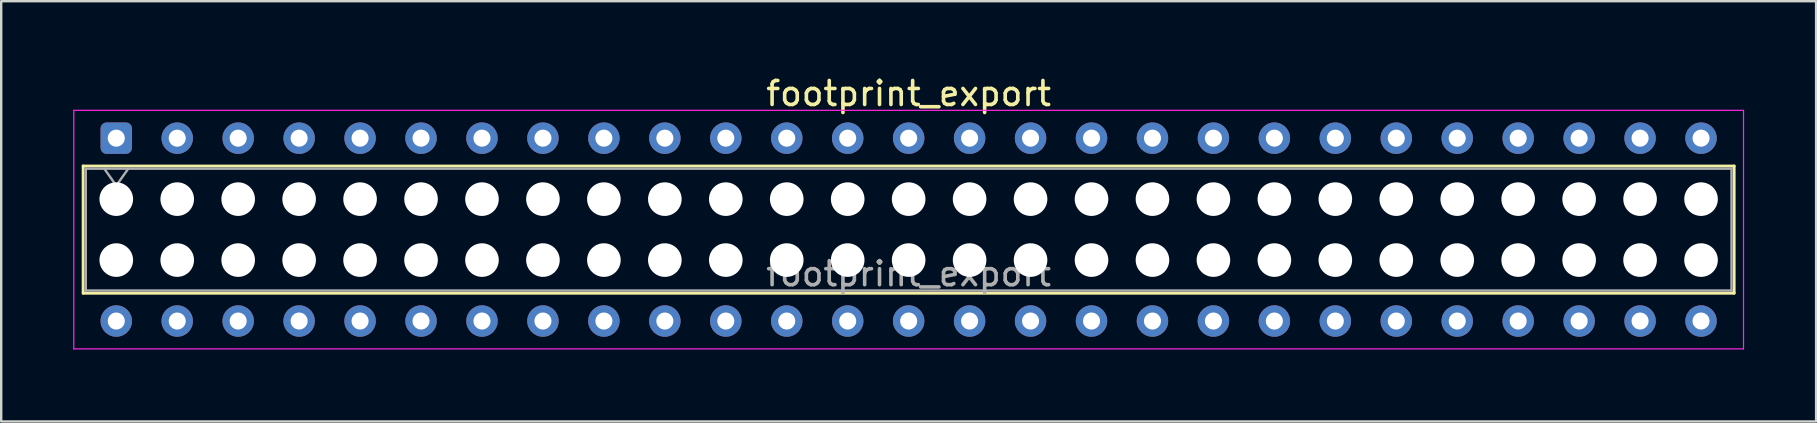
<source format=kicad_pcb>
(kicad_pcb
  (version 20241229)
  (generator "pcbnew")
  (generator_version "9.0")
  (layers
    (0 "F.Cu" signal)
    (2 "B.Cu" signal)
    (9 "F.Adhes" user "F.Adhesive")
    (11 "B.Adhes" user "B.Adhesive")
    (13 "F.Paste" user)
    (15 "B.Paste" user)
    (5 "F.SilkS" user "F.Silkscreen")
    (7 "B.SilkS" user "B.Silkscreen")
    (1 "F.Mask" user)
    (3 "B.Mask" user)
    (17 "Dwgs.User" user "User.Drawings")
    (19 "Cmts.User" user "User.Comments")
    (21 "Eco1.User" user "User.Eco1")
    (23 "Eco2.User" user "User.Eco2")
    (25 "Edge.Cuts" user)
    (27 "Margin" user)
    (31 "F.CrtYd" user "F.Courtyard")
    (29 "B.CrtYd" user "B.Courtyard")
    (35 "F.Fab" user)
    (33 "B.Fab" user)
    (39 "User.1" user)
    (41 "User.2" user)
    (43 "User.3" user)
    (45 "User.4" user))
  (footprint "footprint_export"
    (layer "F.Cu")
    (at 1.795 2.708)
    (property "Reference" "footprint_export" (at 33.02 -1.86 0) (layer "F.SilkS") (effects (font (size 1 1) (thickness 0.15))))
    (attr through_hole)
    (fp_line (start -1.38 1.16) (end 67.42 1.16) (stroke (width 0.12) (type solid)) (layer "F.SilkS"))
    (fp_line (start -1.38 6.46) (end -1.38 1.16) (stroke (width 0.12) (type solid)) (layer "F.SilkS"))
    (fp_line (start 67.42 1.16) (end 67.42 6.46) (stroke (width 0.12) (type solid)) (layer "F.SilkS"))
    (fp_line (start 67.42 6.46) (end -1.38 6.46) (stroke (width 0.12) (type solid)) (layer "F.SilkS"))
    (fp_line (start -1.77 -1.16) (end 67.81 -1.16) (stroke (width 0.05) (type solid)) (layer "F.CrtYd"))
    (fp_line (start -1.77 8.78) (end -1.77 -1.16) (stroke (width 0.05) (type solid)) (layer "F.CrtYd"))
    (fp_line (start 67.81 -1.16) (end 67.81 8.78) (stroke (width 0.05) (type solid)) (layer "F.CrtYd"))
    (fp_line (start 67.81 8.78) (end -1.77 8.78) (stroke (width 0.05) (type solid)) (layer "F.CrtYd"))
    (fp_line (start -1.27 1.27) (end 67.31 1.27) (stroke (width 0.1) (type solid)) (layer "F.Fab"))
    (fp_line (start -1.27 6.35) (end -1.27 1.27) (stroke (width 0.1) (type solid)) (layer "F.Fab"))
    (fp_line (start -0.5 1.27) (end 0 1.977) (stroke (width 0.1) (type solid)) (layer "F.Fab"))
    (fp_line (start 0 1.977) (end 0.5 1.27) (stroke (width 0.1) (type solid)) (layer "F.Fab"))
    (fp_line (start 67.31 1.27) (end 67.31 6.35) (stroke (width 0.1) (type solid)) (layer "F.Fab"))
    (fp_line (start 67.31 6.35) (end -1.27 6.35) (stroke (width 0.1) (type solid)) (layer "F.Fab"))
    (fp_text user "${REFERENCE}" (at 33.02 5.65 0) (layer "F.Fab") (effects (font (size 1 1) (thickness 0.15))))
    (pad "" np_thru_hole circle (at 0 2.54) (size 1.4 1.4) (drill 1.4) (layers "*.Cu" "*.Mask"))
    (pad "" np_thru_hole circle (at 0 5.08) (size 1.4 1.4) (drill 1.4) (layers "*.Cu" "*.Mask"))
    (pad "" np_thru_hole circle (at 2.54 2.54) (size 1.4 1.4) (drill 1.4) (layers "*.Cu" "*.Mask"))
    (pad "" np_thru_hole circle (at 2.54 5.08) (size 1.4 1.4) (drill 1.4) (layers "*.Cu" "*.Mask"))
    (pad "" np_thru_hole circle (at 5.08 2.54) (size 1.4 1.4) (drill 1.4) (layers "*.Cu" "*.Mask"))
    (pad "" np_thru_hole circle (at 5.08 5.08) (size 1.4 1.4) (drill 1.4) (layers "*.Cu" "*.Mask"))
    (pad "" np_thru_hole circle (at 7.62 2.54) (size 1.4 1.4) (drill 1.4) (layers "*.Cu" "*.Mask"))
    (pad "" np_thru_hole circle (at 7.62 5.08) (size 1.4 1.4) (drill 1.4) (layers "*.Cu" "*.Mask"))
    (pad "" np_thru_hole circle (at 10.16 2.54) (size 1.4 1.4) (drill 1.4) (layers "*.Cu" "*.Mask"))
    (pad "" np_thru_hole circle (at 10.16 5.08) (size 1.4 1.4) (drill 1.4) (layers "*.Cu" "*.Mask"))
    (pad "" np_thru_hole circle (at 12.7 2.54) (size 1.4 1.4) (drill 1.4) (layers "*.Cu" "*.Mask"))
    (pad "" np_thru_hole circle (at 12.7 5.08) (size 1.4 1.4) (drill 1.4) (layers "*.Cu" "*.Mask"))
    (pad "" np_thru_hole circle (at 15.24 2.54) (size 1.4 1.4) (drill 1.4) (layers "*.Cu" "*.Mask"))
    (pad "" np_thru_hole circle (at 15.24 5.08) (size 1.4 1.4) (drill 1.4) (layers "*.Cu" "*.Mask"))
    (pad "" np_thru_hole circle (at 17.78 2.54) (size 1.4 1.4) (drill 1.4) (layers "*.Cu" "*.Mask"))
    (pad "" np_thru_hole circle (at 17.78 5.08) (size 1.4 1.4) (drill 1.4) (layers "*.Cu" "*.Mask"))
    (pad "" np_thru_hole circle (at 20.32 2.54) (size 1.4 1.4) (drill 1.4) (layers "*.Cu" "*.Mask"))
    (pad "" np_thru_hole circle (at 20.32 5.08) (size 1.4 1.4) (drill 1.4) (layers "*.Cu" "*.Mask"))
    (pad "" np_thru_hole circle (at 22.86 2.54) (size 1.4 1.4) (drill 1.4) (layers "*.Cu" "*.Mask"))
    (pad "" np_thru_hole circle (at 22.86 5.08) (size 1.4 1.4) (drill 1.4) (layers "*.Cu" "*.Mask"))
    (pad "" np_thru_hole circle (at 25.4 2.54) (size 1.4 1.4) (drill 1.4) (layers "*.Cu" "*.Mask"))
    (pad "" np_thru_hole circle (at 25.4 5.08) (size 1.4 1.4) (drill 1.4) (layers "*.Cu" "*.Mask"))
    (pad "" np_thru_hole circle (at 27.94 2.54) (size 1.4 1.4) (drill 1.4) (layers "*.Cu" "*.Mask"))
    (pad "" np_thru_hole circle (at 27.94 5.08) (size 1.4 1.4) (drill 1.4) (layers "*.Cu" "*.Mask"))
    (pad "" np_thru_hole circle (at 30.48 2.54) (size 1.4 1.4) (drill 1.4) (layers "*.Cu" "*.Mask"))
    (pad "" np_thru_hole circle (at 30.48 5.08) (size 1.4 1.4) (drill 1.4) (layers "*.Cu" "*.Mask"))
    (pad "" np_thru_hole circle (at 33.02 2.54) (size 1.4 1.4) (drill 1.4) (layers "*.Cu" "*.Mask"))
    (pad "" np_thru_hole circle (at 33.02 5.08) (size 1.4 1.4) (drill 1.4) (layers "*.Cu" "*.Mask"))
    (pad "" np_thru_hole circle (at 35.56 2.54) (size 1.4 1.4) (drill 1.4) (layers "*.Cu" "*.Mask"))
    (pad "" np_thru_hole circle (at 35.56 5.08) (size 1.4 1.4) (drill 1.4) (layers "*.Cu" "*.Mask"))
    (pad "" np_thru_hole circle (at 38.1 2.54) (size 1.4 1.4) (drill 1.4) (layers "*.Cu" "*.Mask"))
    (pad "" np_thru_hole circle (at 38.1 5.08) (size 1.4 1.4) (drill 1.4) (layers "*.Cu" "*.Mask"))
    (pad "" np_thru_hole circle (at 40.64 2.54) (size 1.4 1.4) (drill 1.4) (layers "*.Cu" "*.Mask"))
    (pad "" np_thru_hole circle (at 40.64 5.08) (size 1.4 1.4) (drill 1.4) (layers "*.Cu" "*.Mask"))
    (pad "" np_thru_hole circle (at 43.18 2.54) (size 1.4 1.4) (drill 1.4) (layers "*.Cu" "*.Mask"))
    (pad "" np_thru_hole circle (at 43.18 5.08) (size 1.4 1.4) (drill 1.4) (layers "*.Cu" "*.Mask"))
    (pad "" np_thru_hole circle (at 45.72 2.54) (size 1.4 1.4) (drill 1.4) (layers "*.Cu" "*.Mask"))
    (pad "" np_thru_hole circle (at 45.72 5.08) (size 1.4 1.4) (drill 1.4) (layers "*.Cu" "*.Mask"))
    (pad "" np_thru_hole circle (at 48.26 2.54) (size 1.4 1.4) (drill 1.4) (layers "*.Cu" "*.Mask"))
    (pad "" np_thru_hole circle (at 48.26 5.08) (size 1.4 1.4) (drill 1.4) (layers "*.Cu" "*.Mask"))
    (pad "" np_thru_hole circle (at 50.8 2.54) (size 1.4 1.4) (drill 1.4) (layers "*.Cu" "*.Mask"))
    (pad "" np_thru_hole circle (at 50.8 5.08) (size 1.4 1.4) (drill 1.4) (layers "*.Cu" "*.Mask"))
    (pad "" np_thru_hole circle (at 53.34 2.54) (size 1.4 1.4) (drill 1.4) (layers "*.Cu" "*.Mask"))
    (pad "" np_thru_hole circle (at 53.34 5.08) (size 1.4 1.4) (drill 1.4) (layers "*.Cu" "*.Mask"))
    (pad "" np_thru_hole circle (at 55.88 2.54) (size 1.4 1.4) (drill 1.4) (layers "*.Cu" "*.Mask"))
    (pad "" np_thru_hole circle (at 55.88 5.08) (size 1.4 1.4) (drill 1.4) (layers "*.Cu" "*.Mask"))
    (pad "" np_thru_hole circle (at 58.42 2.54) (size 1.4 1.4) (drill 1.4) (layers "*.Cu" "*.Mask"))
    (pad "" np_thru_hole circle (at 58.42 5.08) (size 1.4 1.4) (drill 1.4) (layers "*.Cu" "*.Mask"))
    (pad "" np_thru_hole circle (at 60.96 2.54) (size 1.4 1.4) (drill 1.4) (layers "*.Cu" "*.Mask"))
    (pad "" np_thru_hole circle (at 60.96 5.08) (size 1.4 1.4) (drill 1.4) (layers "*.Cu" "*.Mask"))
    (pad "" np_thru_hole circle (at 63.5 2.54) (size 1.4 1.4) (drill 1.4) (layers "*.Cu" "*.Mask"))
    (pad "" np_thru_hole circle (at 63.5 5.08) (size 1.4 1.4) (drill 1.4) (layers "*.Cu" "*.Mask"))
    (pad "" np_thru_hole circle (at 66.04 2.54) (size 1.4 1.4) (drill 1.4) (layers "*.Cu" "*.Mask"))
    (pad "" np_thru_hole circle (at 66.04 5.08) (size 1.4 1.4) (drill 1.4) (layers "*.Cu" "*.Mask"))
    (pad "1" thru_hole roundrect (at 0 0) (size 1.31 1.31) (drill 0.71) (layers "*.Cu" "*.Mask") (roundrect_rratio 0.191))
    (pad "2" thru_hole circle (at 0 7.62) (size 1.31 1.31) (drill 0.71) (layers "*.Cu" "*.Mask"))
    (pad "3" thru_hole circle (at 2.54 0) (size 1.31 1.31) (drill 0.71) (layers "*.Cu" "*.Mask"))
    (pad "4" thru_hole circle (at 2.54 7.62) (size 1.31 1.31) (drill 0.71) (layers "*.Cu" "*.Mask"))
    (pad "5" thru_hole circle (at 5.08 0) (size 1.31 1.31) (drill 0.71) (layers "*.Cu" "*.Mask"))
    (pad "6" thru_hole circle (at 5.08 7.62) (size 1.31 1.31) (drill 0.71) (layers "*.Cu" "*.Mask"))
    (pad "7" thru_hole circle (at 7.62 0) (size 1.31 1.31) (drill 0.71) (layers "*.Cu" "*.Mask"))
    (pad "8" thru_hole circle (at 7.62 7.62) (size 1.31 1.31) (drill 0.71) (layers "*.Cu" "*.Mask"))
    (pad "9" thru_hole circle (at 10.16 0) (size 1.31 1.31) (drill 0.71) (layers "*.Cu" "*.Mask"))
    (pad "10" thru_hole circle (at 10.16 7.62) (size 1.31 1.31) (drill 0.71) (layers "*.Cu" "*.Mask"))
    (pad "11" thru_hole circle (at 12.7 0) (size 1.31 1.31) (drill 0.71) (layers "*.Cu" "*.Mask"))
    (pad "12" thru_hole circle (at 12.7 7.62) (size 1.31 1.31) (drill 0.71) (layers "*.Cu" "*.Mask"))
    (pad "13" thru_hole circle (at 15.24 0) (size 1.31 1.31) (drill 0.71) (layers "*.Cu" "*.Mask"))
    (pad "14" thru_hole circle (at 15.24 7.62) (size 1.31 1.31) (drill 0.71) (layers "*.Cu" "*.Mask"))
    (pad "15" thru_hole circle (at 17.78 0) (size 1.31 1.31) (drill 0.71) (layers "*.Cu" "*.Mask"))
    (pad "16" thru_hole circle (at 17.78 7.62) (size 1.31 1.31) (drill 0.71) (layers "*.Cu" "*.Mask"))
    (pad "17" thru_hole circle (at 20.32 0) (size 1.31 1.31) (drill 0.71) (layers "*.Cu" "*.Mask"))
    (pad "18" thru_hole circle (at 20.32 7.62) (size 1.31 1.31) (drill 0.71) (layers "*.Cu" "*.Mask"))
    (pad "19" thru_hole circle (at 22.86 0) (size 1.31 1.31) (drill 0.71) (layers "*.Cu" "*.Mask"))
    (pad "20" thru_hole circle (at 22.86 7.62) (size 1.31 1.31) (drill 0.71) (layers "*.Cu" "*.Mask"))
    (pad "21" thru_hole circle (at 25.4 0) (size 1.31 1.31) (drill 0.71) (layers "*.Cu" "*.Mask"))
    (pad "22" thru_hole circle (at 25.4 7.62) (size 1.31 1.31) (drill 0.71) (layers "*.Cu" "*.Mask"))
    (pad "23" thru_hole circle (at 27.94 0) (size 1.31 1.31) (drill 0.71) (layers "*.Cu" "*.Mask"))
    (pad "24" thru_hole circle (at 27.94 7.62) (size 1.31 1.31) (drill 0.71) (layers "*.Cu" "*.Mask"))
    (pad "25" thru_hole circle (at 30.48 0) (size 1.31 1.31) (drill 0.71) (layers "*.Cu" "*.Mask"))
    (pad "26" thru_hole circle (at 30.48 7.62) (size 1.31 1.31) (drill 0.71) (layers "*.Cu" "*.Mask"))
    (pad "27" thru_hole circle (at 33.02 0) (size 1.31 1.31) (drill 0.71) (layers "*.Cu" "*.Mask"))
    (pad "28" thru_hole circle (at 33.02 7.62) (size 1.31 1.31) (drill 0.71) (layers "*.Cu" "*.Mask"))
    (pad "29" thru_hole circle (at 35.56 0) (size 1.31 1.31) (drill 0.71) (layers "*.Cu" "*.Mask"))
    (pad "30" thru_hole circle (at 35.56 7.62) (size 1.31 1.31) (drill 0.71) (layers "*.Cu" "*.Mask"))
    (pad "31" thru_hole circle (at 38.1 0) (size 1.31 1.31) (drill 0.71) (layers "*.Cu" "*.Mask"))
    (pad "32" thru_hole circle (at 38.1 7.62) (size 1.31 1.31) (drill 0.71) (layers "*.Cu" "*.Mask"))
    (pad "33" thru_hole circle (at 40.64 0) (size 1.31 1.31) (drill 0.71) (layers "*.Cu" "*.Mask"))
    (pad "34" thru_hole circle (at 40.64 7.62) (size 1.31 1.31) (drill 0.71) (layers "*.Cu" "*.Mask"))
    (pad "35" thru_hole circle (at 43.18 0) (size 1.31 1.31) (drill 0.71) (layers "*.Cu" "*.Mask"))
    (pad "36" thru_hole circle (at 43.18 7.62) (size 1.31 1.31) (drill 0.71) (layers "*.Cu" "*.Mask"))
    (pad "37" thru_hole circle (at 45.72 0) (size 1.31 1.31) (drill 0.71) (layers "*.Cu" "*.Mask"))
    (pad "38" thru_hole circle (at 45.72 7.62) (size 1.31 1.31) (drill 0.71) (layers "*.Cu" "*.Mask"))
    (pad "39" thru_hole circle (at 48.26 0) (size 1.31 1.31) (drill 0.71) (layers "*.Cu" "*.Mask"))
    (pad "40" thru_hole circle (at 48.26 7.62) (size 1.31 1.31) (drill 0.71) (layers "*.Cu" "*.Mask"))
    (pad "41" thru_hole circle (at 50.8 0) (size 1.31 1.31) (drill 0.71) (layers "*.Cu" "*.Mask"))
    (pad "42" thru_hole circle (at 50.8 7.62) (size 1.31 1.31) (drill 0.71) (layers "*.Cu" "*.Mask"))
    (pad "43" thru_hole circle (at 53.34 0) (size 1.31 1.31) (drill 0.71) (layers "*.Cu" "*.Mask"))
    (pad "44" thru_hole circle (at 53.34 7.62) (size 1.31 1.31) (drill 0.71) (layers "*.Cu" "*.Mask"))
    (pad "45" thru_hole circle (at 55.88 0) (size 1.31 1.31) (drill 0.71) (layers "*.Cu" "*.Mask"))
    (pad "46" thru_hole circle (at 55.88 7.62) (size 1.31 1.31) (drill 0.71) (layers "*.Cu" "*.Mask"))
    (pad "47" thru_hole circle (at 58.42 0) (size 1.31 1.31) (drill 0.71) (layers "*.Cu" "*.Mask"))
    (pad "48" thru_hole circle (at 58.42 7.62) (size 1.31 1.31) (drill 0.71) (layers "*.Cu" "*.Mask"))
    (pad "49" thru_hole circle (at 60.96 0) (size 1.31 1.31) (drill 0.71) (layers "*.Cu" "*.Mask"))
    (pad "50" thru_hole circle (at 60.96 7.62) (size 1.31 1.31) (drill 0.71) (layers "*.Cu" "*.Mask"))
    (pad "51" thru_hole circle (at 63.5 0) (size 1.31 1.31) (drill 0.71) (layers "*.Cu" "*.Mask"))
    (pad "52" thru_hole circle (at 63.5 7.62) (size 1.31 1.31) (drill 0.71) (layers "*.Cu" "*.Mask"))
    (pad "53" thru_hole circle (at 66.04 0) (size 1.31 1.31) (drill 0.71) (layers "*.Cu" "*.Mask"))
    (pad "54" thru_hole circle (at 66.04 7.62) (size 1.31 1.31) (drill 0.71) (layers "*.Cu" "*.Mask")))
  (gr_rect
    (start -3 -3)
    (end 72.63 14.513)
    (stroke (width 0.1) (type default))
    (fill no)
    (layer "Edge.Cuts")))
</source>
